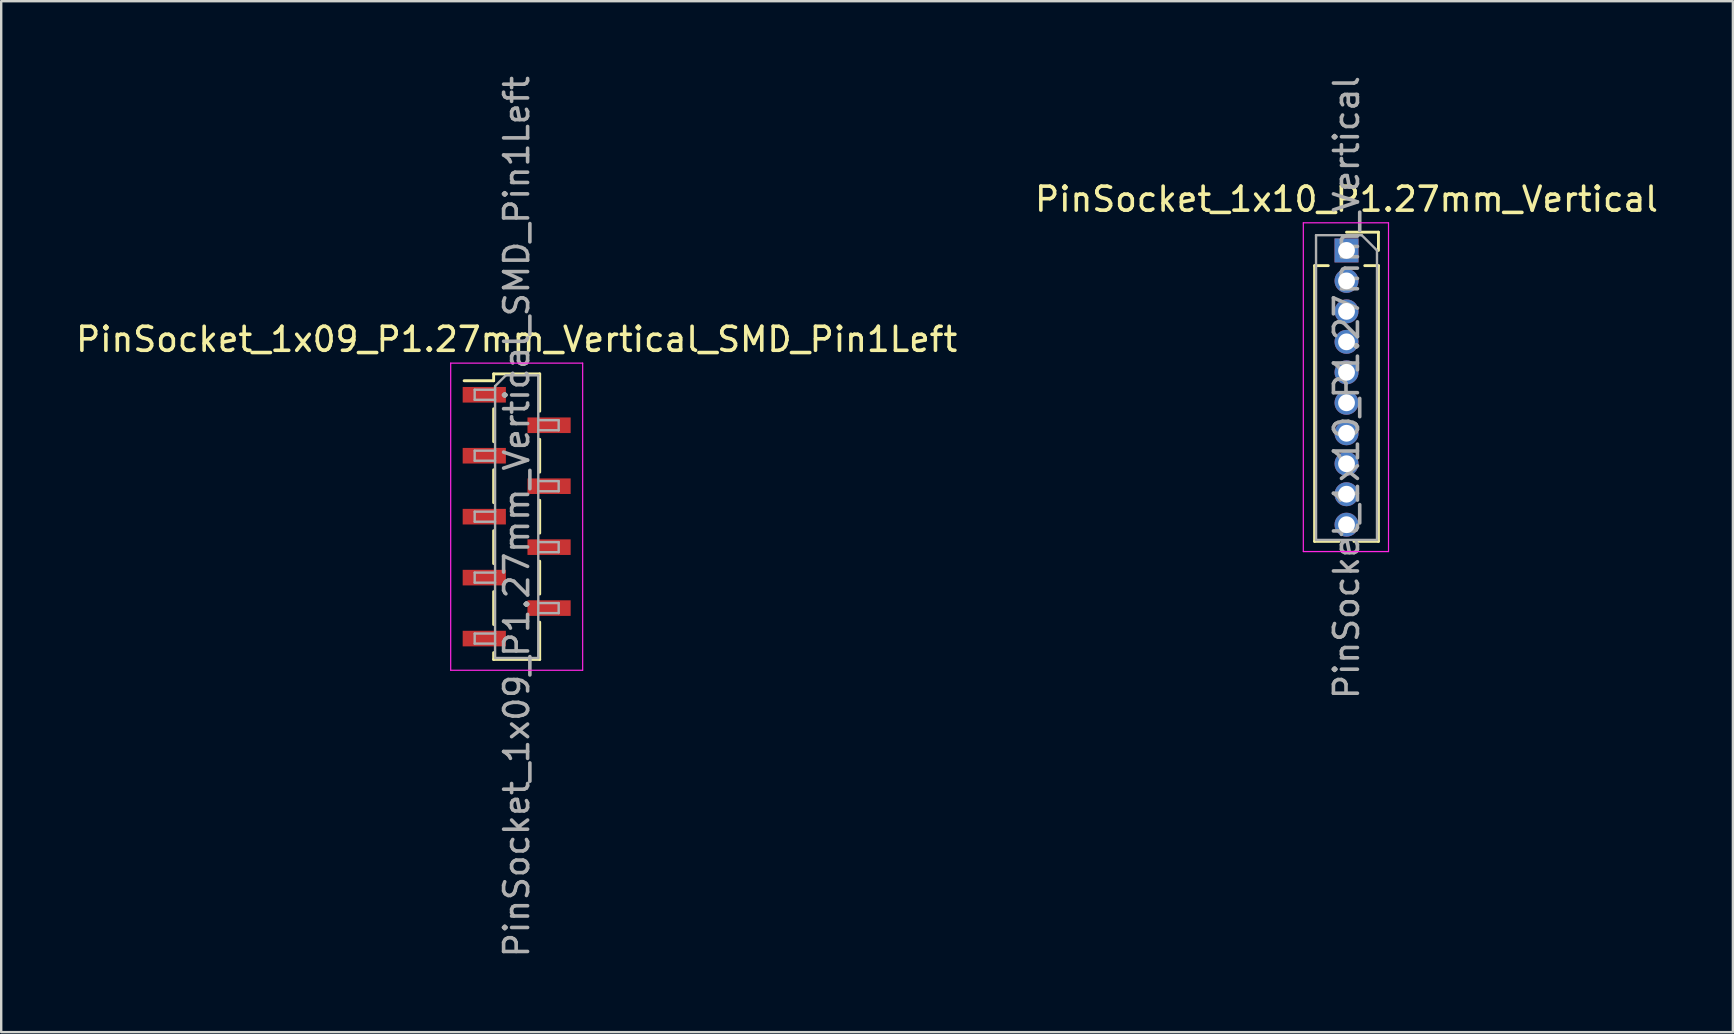
<source format=kicad_pcb>
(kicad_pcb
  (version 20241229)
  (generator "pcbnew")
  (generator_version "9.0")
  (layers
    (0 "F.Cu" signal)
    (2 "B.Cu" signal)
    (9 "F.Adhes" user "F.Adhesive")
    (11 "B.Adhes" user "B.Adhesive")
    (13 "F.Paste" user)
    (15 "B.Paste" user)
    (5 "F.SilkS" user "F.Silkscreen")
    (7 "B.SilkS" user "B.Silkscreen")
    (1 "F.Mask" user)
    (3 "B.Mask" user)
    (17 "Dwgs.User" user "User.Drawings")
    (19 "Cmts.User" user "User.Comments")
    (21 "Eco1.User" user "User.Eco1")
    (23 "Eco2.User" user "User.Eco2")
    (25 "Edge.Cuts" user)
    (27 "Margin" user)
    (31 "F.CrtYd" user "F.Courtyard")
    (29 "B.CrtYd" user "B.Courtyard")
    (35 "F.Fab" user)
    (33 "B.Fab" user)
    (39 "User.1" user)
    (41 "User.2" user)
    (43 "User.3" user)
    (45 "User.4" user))
  (footprint "PinSocket_1x09_P1.27mm_Vertical_SMD_Pin1Left"
    (layer "F.Cu")
    (at 18.482 18.482)
    (property "Reference" "PinSocket_1x09_P1.27mm_Vertical_SMD_Pin1Left" (at 0 -7.39 0) (layer "F.SilkS") (effects (font (size 1 1) (thickness 0.15))))
    (attr smd)
    (fp_line (start -2.19 -5.665) (end -0.96 -5.665) (stroke (width 0.12) (type solid)) (layer "F.SilkS"))
    (fp_line (start -0.96 -5.95) (end -0.96 -5.665) (stroke (width 0.12) (type solid)) (layer "F.SilkS"))
    (fp_line (start -0.96 -5.95) (end 0.96 -5.95) (stroke (width 0.12) (type solid)) (layer "F.SilkS"))
    (fp_line (start -0.96 -4.495) (end -0.96 -3.125) (stroke (width 0.12) (type solid)) (layer "F.SilkS"))
    (fp_line (start -0.96 -1.955) (end -0.96 -0.585) (stroke (width 0.12) (type solid)) (layer "F.SilkS"))
    (fp_line (start -0.96 0.585) (end -0.96 1.955) (stroke (width 0.12) (type solid)) (layer "F.SilkS"))
    (fp_line (start -0.96 3.125) (end -0.96 4.495) (stroke (width 0.12) (type solid)) (layer "F.SilkS"))
    (fp_line (start -0.96 5.665) (end -0.96 5.95) (stroke (width 0.12) (type solid)) (layer "F.SilkS"))
    (fp_line (start -0.96 5.95) (end 0.96 5.95) (stroke (width 0.12) (type solid)) (layer "F.SilkS"))
    (fp_line (start 0.96 -5.95) (end 0.96 -4.395) (stroke (width 0.12) (type solid)) (layer "F.SilkS"))
    (fp_line (start 0.96 -3.225) (end 0.96 -1.855) (stroke (width 0.12) (type solid)) (layer "F.SilkS"))
    (fp_line (start 0.96 -0.685) (end 0.96 0.685) (stroke (width 0.12) (type solid)) (layer "F.SilkS"))
    (fp_line (start 0.96 1.855) (end 0.96 3.225) (stroke (width 0.12) (type solid)) (layer "F.SilkS"))
    (fp_line (start 0.96 4.395) (end 0.96 5.95) (stroke (width 0.12) (type solid)) (layer "F.SilkS"))
    (fp_line (start -2.75 -6.4) (end 2.75 -6.4) (stroke (width 0.05) (type solid)) (layer "F.CrtYd"))
    (fp_line (start -2.75 6.4) (end -2.75 -6.4) (stroke (width 0.05) (type solid)) (layer "F.CrtYd"))
    (fp_line (start 2.75 -6.4) (end 2.75 6.4) (stroke (width 0.05) (type solid)) (layer "F.CrtYd"))
    (fp_line (start 2.75 6.4) (end -2.75 6.4) (stroke (width 0.05) (type solid)) (layer "F.CrtYd"))
    (fp_line (start -1.75 -5.29) (end -0.9 -5.29) (stroke (width 0.1) (type solid)) (layer "F.Fab"))
    (fp_line (start -1.75 -4.87) (end -1.75 -5.29) (stroke (width 0.1) (type solid)) (layer "F.Fab"))
    (fp_line (start -1.75 -2.75) (end -0.9 -2.75) (stroke (width 0.1) (type solid)) (layer "F.Fab"))
    (fp_line (start -1.75 -2.33) (end -1.75 -2.75) (stroke (width 0.1) (type solid)) (layer "F.Fab"))
    (fp_line (start -1.75 -0.21) (end -0.9 -0.21) (stroke (width 0.1) (type solid)) (layer "F.Fab"))
    (fp_line (start -1.75 0.21) (end -1.75 -0.21) (stroke (width 0.1) (type solid)) (layer "F.Fab"))
    (fp_line (start -1.75 2.33) (end -0.9 2.33) (stroke (width 0.1) (type solid)) (layer "F.Fab"))
    (fp_line (start -1.75 2.75) (end -1.75 2.33) (stroke (width 0.1) (type solid)) (layer "F.Fab"))
    (fp_line (start -1.75 4.87) (end -0.9 4.87) (stroke (width 0.1) (type solid)) (layer "F.Fab"))
    (fp_line (start -1.75 5.29) (end -1.75 4.87) (stroke (width 0.1) (type solid)) (layer "F.Fab"))
    (fp_line (start -0.9 -5.44) (end -0.45 -5.89) (stroke (width 0.1) (type solid)) (layer "F.Fab"))
    (fp_line (start -0.9 -4.87) (end -1.75 -4.87) (stroke (width 0.1) (type solid)) (layer "F.Fab"))
    (fp_line (start -0.9 -2.33) (end -1.75 -2.33) (stroke (width 0.1) (type solid)) (layer "F.Fab"))
    (fp_line (start -0.9 0.21) (end -1.75 0.21) (stroke (width 0.1) (type solid)) (layer "F.Fab"))
    (fp_line (start -0.9 2.75) (end -1.75 2.75) (stroke (width 0.1) (type solid)) (layer "F.Fab"))
    (fp_line (start -0.9 5.29) (end -1.75 5.29) (stroke (width 0.1) (type solid)) (layer "F.Fab"))
    (fp_line (start -0.9 5.89) (end -0.9 -5.44) (stroke (width 0.1) (type solid)) (layer "F.Fab"))
    (fp_line (start -0.45 -5.89) (end 0.9 -5.89) (stroke (width 0.1) (type solid)) (layer "F.Fab"))
    (fp_line (start 0.9 -5.89) (end 0.9 5.89) (stroke (width 0.1) (type solid)) (layer "F.Fab"))
    (fp_line (start 0.9 -4.02) (end 1.75 -4.02) (stroke (width 0.1) (type solid)) (layer "F.Fab"))
    (fp_line (start 0.9 -1.48) (end 1.75 -1.48) (stroke (width 0.1) (type solid)) (layer "F.Fab"))
    (fp_line (start 0.9 1.06) (end 1.75 1.06) (stroke (width 0.1) (type solid)) (layer "F.Fab"))
    (fp_line (start 0.9 3.6) (end 1.75 3.6) (stroke (width 0.1) (type solid)) (layer "F.Fab"))
    (fp_line (start 0.9 5.89) (end -0.9 5.89) (stroke (width 0.1) (type solid)) (layer "F.Fab"))
    (fp_line (start 1.75 -4.02) (end 1.75 -3.6) (stroke (width 0.1) (type solid)) (layer "F.Fab"))
    (fp_line (start 1.75 -3.6) (end 0.9 -3.6) (stroke (width 0.1) (type solid)) (layer "F.Fab"))
    (fp_line (start 1.75 -1.48) (end 1.75 -1.06) (stroke (width 0.1) (type solid)) (layer "F.Fab"))
    (fp_line (start 1.75 -1.06) (end 0.9 -1.06) (stroke (width 0.1) (type solid)) (layer "F.Fab"))
    (fp_line (start 1.75 1.06) (end 1.75 1.48) (stroke (width 0.1) (type solid)) (layer "F.Fab"))
    (fp_line (start 1.75 1.48) (end 0.9 1.48) (stroke (width 0.1) (type solid)) (layer "F.Fab"))
    (fp_line (start 1.75 3.6) (end 1.75 4.02) (stroke (width 0.1) (type solid)) (layer "F.Fab"))
    (fp_line (start 1.75 4.02) (end 0.9 4.02) (stroke (width 0.1) (type solid)) (layer "F.Fab"))
    (fp_text user "${REFERENCE}" (at 0 0 90) (layer "F.Fab") (effects (font (size 1 1) (thickness 0.15))))
    (pad "1" smd rect (at -1.35 -5.08) (size 1.8 0.65) (layers "F.Cu" "F.Mask" "F.Paste"))
    (pad "2" smd rect (at 1.35 -3.81) (size 1.8 0.65) (layers "F.Cu" "F.Mask" "F.Paste"))
    (pad "3" smd rect (at -1.35 -2.54) (size 1.8 0.65) (layers "F.Cu" "F.Mask" "F.Paste"))
    (pad "4" smd rect (at 1.35 -1.27) (size 1.8 0.65) (layers "F.Cu" "F.Mask" "F.Paste"))
    (pad "5" smd rect (at -1.35 0) (size 1.8 0.65) (layers "F.Cu" "F.Mask" "F.Paste"))
    (pad "6" smd rect (at 1.35 1.27) (size 1.8 0.65) (layers "F.Cu" "F.Mask" "F.Paste"))
    (pad "7" smd rect (at -1.35 2.54) (size 1.8 0.65) (layers "F.Cu" "F.Mask" "F.Paste"))
    (pad "8" smd rect (at 1.35 3.81) (size 1.8 0.65) (layers "F.Cu" "F.Mask" "F.Paste"))
    (pad "9" smd rect (at -1.35 5.08) (size 1.8 0.65) (layers "F.Cu" "F.Mask" "F.Paste")))
  (footprint "PinSocket_1x10_P1.27mm_Vertical"
    (layer "F.Cu")
    (at 53.065 7.386)
    (property "Reference" "PinSocket_1x10_P1.27mm_Vertical" (at 0 -2.135 0) (layer "F.SilkS") (effects (font (size 1 1) (thickness 0.15))))
    (attr through_hole)
    (fp_line (start -1.33 0.635) (end -1.33 12.125) (stroke (width 0.12) (type solid)) (layer "F.SilkS"))
    (fp_line (start -1.33 0.635) (end -0.76 0.635) (stroke (width 0.12) (type solid)) (layer "F.SilkS"))
    (fp_line (start -1.33 12.125) (end -0.308 12.125) (stroke (width 0.12) (type solid)) (layer "F.SilkS"))
    (fp_line (start 0 -0.76) (end 1.33 -0.76) (stroke (width 0.12) (type solid)) (layer "F.SilkS"))
    (fp_line (start 0.308 12.125) (end 1.33 12.125) (stroke (width 0.12) (type solid)) (layer "F.SilkS"))
    (fp_line (start 0.76 0.635) (end 1.33 0.635) (stroke (width 0.12) (type solid)) (layer "F.SilkS"))
    (fp_line (start 1.33 -0.76) (end 1.33 0) (stroke (width 0.12) (type solid)) (layer "F.SilkS"))
    (fp_line (start 1.33 0.635) (end 1.33 12.125) (stroke (width 0.12) (type solid)) (layer "F.SilkS"))
    (fp_line (start -1.8 -1.15) (end 1.75 -1.15) (stroke (width 0.05) (type solid)) (layer "F.CrtYd"))
    (fp_line (start -1.8 12.55) (end -1.8 -1.15) (stroke (width 0.05) (type solid)) (layer "F.CrtYd"))
    (fp_line (start 1.75 -1.15) (end 1.75 12.55) (stroke (width 0.05) (type solid)) (layer "F.CrtYd"))
    (fp_line (start 1.75 12.55) (end -1.8 12.55) (stroke (width 0.05) (type solid)) (layer "F.CrtYd"))
    (fp_line (start -1.27 -0.635) (end 0.635 -0.635) (stroke (width 0.1) (type solid)) (layer "F.Fab"))
    (fp_line (start -1.27 12.065) (end -1.27 -0.635) (stroke (width 0.1) (type solid)) (layer "F.Fab"))
    (fp_line (start 0.635 -0.635) (end 1.27 0) (stroke (width 0.1) (type solid)) (layer "F.Fab"))
    (fp_line (start 1.27 0) (end 1.27 12.065) (stroke (width 0.1) (type solid)) (layer "F.Fab"))
    (fp_line (start 1.27 12.065) (end -1.27 12.065) (stroke (width 0.1) (type solid)) (layer "F.Fab"))
    (fp_text user "${REFERENCE}" (at 0 5.715 90) (layer "F.Fab") (effects (font (size 1 1) (thickness 0.15))))
    (pad "1" thru_hole rect (at 0 0) (size 1 1) (drill 0.7) (layers "*.Cu" "*.Mask"))
    (pad "2" thru_hole oval (at 0 1.27) (size 1 1) (drill 0.7) (layers "*.Cu" "*.Mask"))
    (pad "3" thru_hole oval (at 0 2.54) (size 1 1) (drill 0.7) (layers "*.Cu" "*.Mask"))
    (pad "4" thru_hole oval (at 0 3.81) (size 1 1) (drill 0.7) (layers "*.Cu" "*.Mask"))
    (pad "5" thru_hole oval (at 0 5.08) (size 1 1) (drill 0.7) (layers "*.Cu" "*.Mask"))
    (pad "6" thru_hole oval (at 0 6.35) (size 1 1) (drill 0.7) (layers "*.Cu" "*.Mask"))
    (pad "7" thru_hole oval (at 0 7.62) (size 1 1) (drill 0.7) (layers "*.Cu" "*.Mask"))
    (pad "8" thru_hole oval (at 0 8.89) (size 1 1) (drill 0.7) (layers "*.Cu" "*.Mask"))
    (pad "9" thru_hole oval (at 0 10.16) (size 1 1) (drill 0.7) (layers "*.Cu" "*.Mask"))
    (pad "10" thru_hole oval (at 0 11.43) (size 1 1) (drill 0.7) (layers "*.Cu" "*.Mask")))
  (gr_rect
    (start -3 -3)
    (end 69.167 39.964)
    (stroke (width 0.1) (type default))
    (fill no)
    (layer "Edge.Cuts")))
</source>
